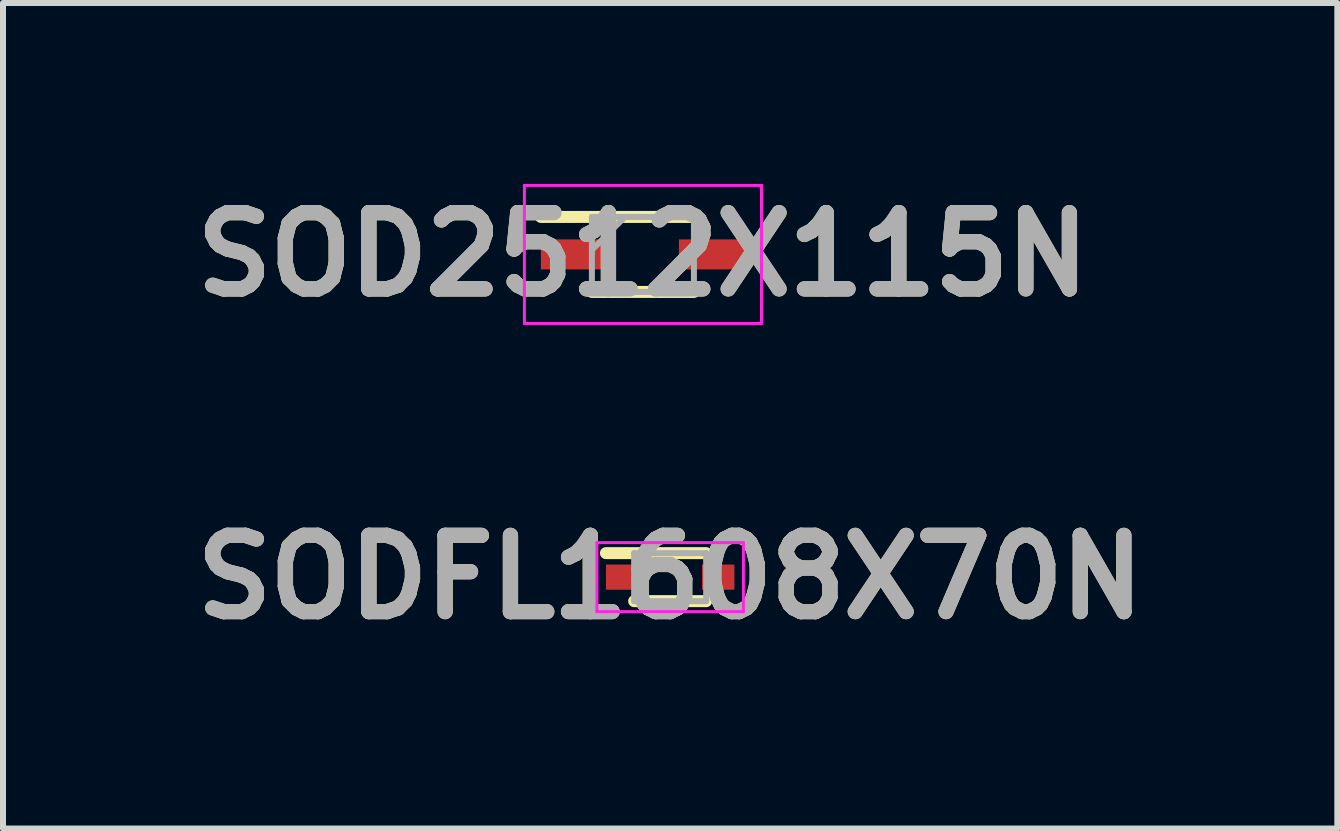
<source format=kicad_pcb>
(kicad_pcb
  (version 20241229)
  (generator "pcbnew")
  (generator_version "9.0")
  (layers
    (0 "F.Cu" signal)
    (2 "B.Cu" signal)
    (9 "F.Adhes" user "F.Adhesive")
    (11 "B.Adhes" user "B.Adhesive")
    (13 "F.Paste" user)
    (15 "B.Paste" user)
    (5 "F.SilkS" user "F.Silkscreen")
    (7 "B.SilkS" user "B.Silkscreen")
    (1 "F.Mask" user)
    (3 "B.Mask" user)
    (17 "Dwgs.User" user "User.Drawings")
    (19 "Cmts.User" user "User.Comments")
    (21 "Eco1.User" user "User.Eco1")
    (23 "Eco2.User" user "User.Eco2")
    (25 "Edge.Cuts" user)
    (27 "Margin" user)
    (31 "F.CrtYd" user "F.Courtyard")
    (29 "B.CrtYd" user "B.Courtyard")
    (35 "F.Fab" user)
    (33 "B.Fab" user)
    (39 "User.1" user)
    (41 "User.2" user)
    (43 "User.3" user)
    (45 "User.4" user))
  (footprint "SOD2512X115N"
    (layer "F.Cu")
    (at 7.662 1.189)
    (property "Reference" "SOD2512X115N" (at 0 0 0) (layer "F.SilkS") (effects (font (size 1.27 1.27) (thickness 0.254))))
    (attr smd)
    (fp_line (start -1.7 -0.625) (end 0.85 -0.625) (stroke (width 0.2) (type solid)) (layer "F.SilkS"))
    (fp_line (start -0.85 0.625) (end 0.85 0.625) (stroke (width 0.2) (type solid)) (layer "F.SilkS"))
    (fp_line (start -1.975 -1.15) (end 1.975 -1.15) (stroke (width 0.05) (type solid)) (layer "F.CrtYd"))
    (fp_line (start -1.975 1.15) (end -1.975 -1.15) (stroke (width 0.05) (type solid)) (layer "F.CrtYd"))
    (fp_line (start 1.975 -1.15) (end 1.975 1.15) (stroke (width 0.05) (type solid)) (layer "F.CrtYd"))
    (fp_line (start 1.975 1.15) (end -1.975 1.15) (stroke (width 0.05) (type solid)) (layer "F.CrtYd"))
    (fp_line (start -0.85 -0.625) (end 0.85 -0.625) (stroke (width 0.1) (type solid)) (layer "F.Fab"))
    (fp_line (start -0.85 -0.075) (end -0.3 -0.625) (stroke (width 0.1) (type solid)) (layer "F.Fab"))
    (fp_line (start -0.85 0.625) (end -0.85 -0.625) (stroke (width 0.1) (type solid)) (layer "F.Fab"))
    (fp_line (start 0.85 -0.625) (end 0.85 0.625) (stroke (width 0.1) (type solid)) (layer "F.Fab"))
    (fp_line (start 0.85 0.625) (end -0.85 0.625) (stroke (width 0.1) (type solid)) (layer "F.Fab"))
    (fp_text user "${REFERENCE}" (at 0 0 0) (layer "F.Fab") (effects (font (size 1.27 1.27) (thickness 0.254))))
    (pad "1" smd rect (at -1.15 0 90) (size 0.5 1.1) (layers "F.Cu" "F.Mask" "F.Paste"))
    (pad "2" smd rect (at 1.15 0 90) (size 0.5 1.1) (layers "F.Cu" "F.Mask" "F.Paste")))
  (footprint "SODFL1608X70N"
    (layer "F.Cu")
    (at 8.116 6.566)
    (property "Reference" "SODFL1608X70N" (at 0 0 0) (layer "F.SilkS") (effects (font (size 1.27 1.27) (thickness 0.254))))
    (attr smd)
    (fp_line (start -1.07 -0.4) (end 0.6 -0.4) (stroke (width 0.2) (type solid)) (layer "F.SilkS"))
    (fp_line (start -0.6 0.4) (end 0.6 0.4) (stroke (width 0.2) (type solid)) (layer "F.SilkS"))
    (fp_line (start -1.22 -0.575) (end 1.22 -0.575) (stroke (width 0.05) (type solid)) (layer "F.CrtYd"))
    (fp_line (start -1.22 0.575) (end -1.22 -0.575) (stroke (width 0.05) (type solid)) (layer "F.CrtYd"))
    (fp_line (start 1.22 -0.575) (end 1.22 0.575) (stroke (width 0.05) (type solid)) (layer "F.CrtYd"))
    (fp_line (start 1.22 0.575) (end -1.22 0.575) (stroke (width 0.05) (type solid)) (layer "F.CrtYd"))
    (fp_line (start -0.6 -0.4) (end 0.6 -0.4) (stroke (width 0.1) (type solid)) (layer "F.Fab"))
    (fp_line (start -0.6 -0.13) (end -0.33 -0.4) (stroke (width 0.1) (type solid)) (layer "F.Fab"))
    (fp_line (start -0.6 0.4) (end -0.6 -0.4) (stroke (width 0.1) (type solid)) (layer "F.Fab"))
    (fp_line (start 0.6 -0.4) (end 0.6 0.4) (stroke (width 0.1) (type solid)) (layer "F.Fab"))
    (fp_line (start 0.6 0.4) (end -0.6 0.4) (stroke (width 0.1) (type solid)) (layer "F.Fab"))
    (fp_text user "${REFERENCE}" (at 0 0 0) (layer "F.Fab") (effects (font (size 1.27 1.27) (thickness 0.254))))
    (pad "1" smd rect (at -0.8 0 90) (size 0.42 0.54) (layers "F.Cu" "F.Mask" "F.Paste"))
    (pad "2" smd rect (at 0.8 0 90) (size 0.42 0.54) (layers "F.Cu" "F.Mask" "F.Paste")))
  (gr_rect
    (start -3 -3)
    (end 19.232 10.755)
    (stroke (width 0.1) (type default))
    (fill no)
    (layer "Edge.Cuts")))
</source>
